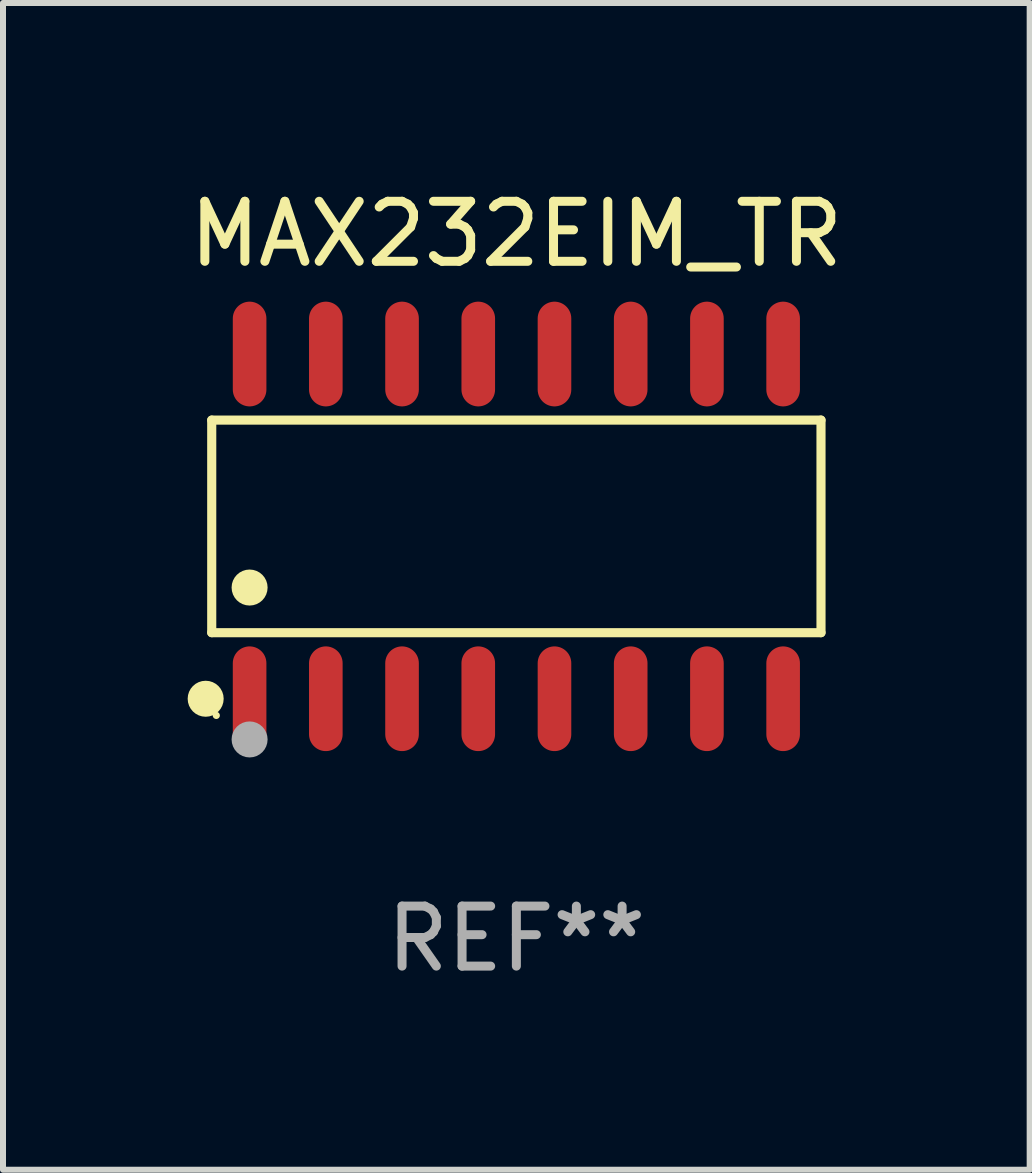
<source format=kicad_pcb>
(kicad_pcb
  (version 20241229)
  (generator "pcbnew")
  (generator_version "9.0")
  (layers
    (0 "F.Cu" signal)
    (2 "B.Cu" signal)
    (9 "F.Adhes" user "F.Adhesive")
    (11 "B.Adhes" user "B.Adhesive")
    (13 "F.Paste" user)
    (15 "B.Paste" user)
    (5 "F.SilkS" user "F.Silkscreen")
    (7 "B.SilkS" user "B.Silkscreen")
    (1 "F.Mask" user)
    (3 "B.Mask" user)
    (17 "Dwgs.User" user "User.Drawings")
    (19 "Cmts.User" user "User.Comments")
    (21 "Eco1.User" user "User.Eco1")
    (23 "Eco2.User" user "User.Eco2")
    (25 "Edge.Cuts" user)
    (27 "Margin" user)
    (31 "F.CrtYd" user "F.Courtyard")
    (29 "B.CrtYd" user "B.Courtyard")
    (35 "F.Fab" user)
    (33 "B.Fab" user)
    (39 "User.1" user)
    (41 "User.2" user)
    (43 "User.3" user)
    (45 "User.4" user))
  (footprint "MAX232EIM_TR"
    (layer "F.Cu")
    (at 5.554 5.721)
    (property "Reference" "MAX232EIM_TR" (at 0 -4.872 0) (layer "F.SilkS") (effects (font (size 1 1) (thickness 0.15))))
    (attr through_hole)
    (fp_line (start -5.076 -1.771) (end 5.076 -1.771) (stroke (width 0.152) (type solid)) (layer "F.SilkS"))
    (fp_line (start -5.076 1.771) (end -5.076 -1.771) (stroke (width 0.152) (type solid)) (layer "F.SilkS"))
    (fp_line (start 5.076 -1.771) (end 5.076 1.771) (stroke (width 0.152) (type solid)) (layer "F.SilkS"))
    (fp_line (start 5.076 1.771) (end -5.076 1.771) (stroke (width 0.152) (type solid)) (layer "F.SilkS"))
    (fp_circle (center -5.177 2.872) (end -5.027 2.872) (stroke (width 0.3) (type solid)) (fill no) (layer "F.SilkS"))
    (fp_circle (center -5 3.15) (end -4.97 3.15) (stroke (width 0.06) (type solid)) (fill no) (layer "F.SilkS"))
    (fp_circle (center -4.445 1.019) (end -4.295 1.019) (stroke (width 0.3) (type solid)) (fill no) (layer "F.SilkS"))
    (fp_circle (center -4.445 3.55) (end -4.295 3.55) (stroke (width 0.3) (type solid)) (fill no) (layer "F.Fab"))
    (fp_text user "REF**" (at 0 6.872 0) (layer "F.Fab") (effects (font (size 1 1) (thickness 0.15))))
    (pad "1" smd oval (at -4.445 2.872) (size 0.56 1.745) (layers "F.Cu" "F.Mask" "F.Paste"))
    (pad "2" smd oval (at -3.175 2.872) (size 0.56 1.745) (layers "F.Cu" "F.Mask" "F.Paste"))
    (pad "3" smd oval (at -1.905 2.872) (size 0.56 1.745) (layers "F.Cu" "F.Mask" "F.Paste"))
    (pad "4" smd oval (at -0.635 2.872) (size 0.56 1.745) (layers "F.Cu" "F.Mask" "F.Paste"))
    (pad "5" smd oval (at 0.635 2.872) (size 0.56 1.745) (layers "F.Cu" "F.Mask" "F.Paste"))
    (pad "6" smd oval (at 1.905 2.872) (size 0.56 1.745) (layers "F.Cu" "F.Mask" "F.Paste"))
    (pad "7" smd oval (at 3.175 2.872) (size 0.56 1.745) (layers "F.Cu" "F.Mask" "F.Paste"))
    (pad "8" smd oval (at 4.445 2.872) (size 0.56 1.745) (layers "F.Cu" "F.Mask" "F.Paste"))
    (pad "9" smd oval (at 4.445 -2.872) (size 0.56 1.745) (layers "F.Cu" "F.Mask" "F.Paste"))
    (pad "10" smd oval (at 3.175 -2.872) (size 0.56 1.745) (layers "F.Cu" "F.Mask" "F.Paste"))
    (pad "11" smd oval (at 1.905 -2.872) (size 0.56 1.745) (layers "F.Cu" "F.Mask" "F.Paste"))
    (pad "12" smd oval (at 0.635 -2.872) (size 0.56 1.745) (layers "F.Cu" "F.Mask" "F.Paste"))
    (pad "13" smd oval (at -0.635 -2.872) (size 0.56 1.745) (layers "F.Cu" "F.Mask" "F.Paste"))
    (pad "14" smd oval (at -1.905 -2.872) (size 0.56 1.745) (layers "F.Cu" "F.Mask" "F.Paste"))
    (pad "15" smd oval (at -3.175 -2.872) (size 0.56 1.745) (layers "F.Cu" "F.Mask" "F.Paste"))
    (pad "16" smd oval (at -4.445 -2.872) (size 0.56 1.745) (layers "F.Cu" "F.Mask" "F.Paste")))
  (gr_rect
    (start -3 -3)
    (end 14.107 16.441)
    (stroke (width 0.1) (type default))
    (fill no)
    (layer "Edge.Cuts")))
</source>
